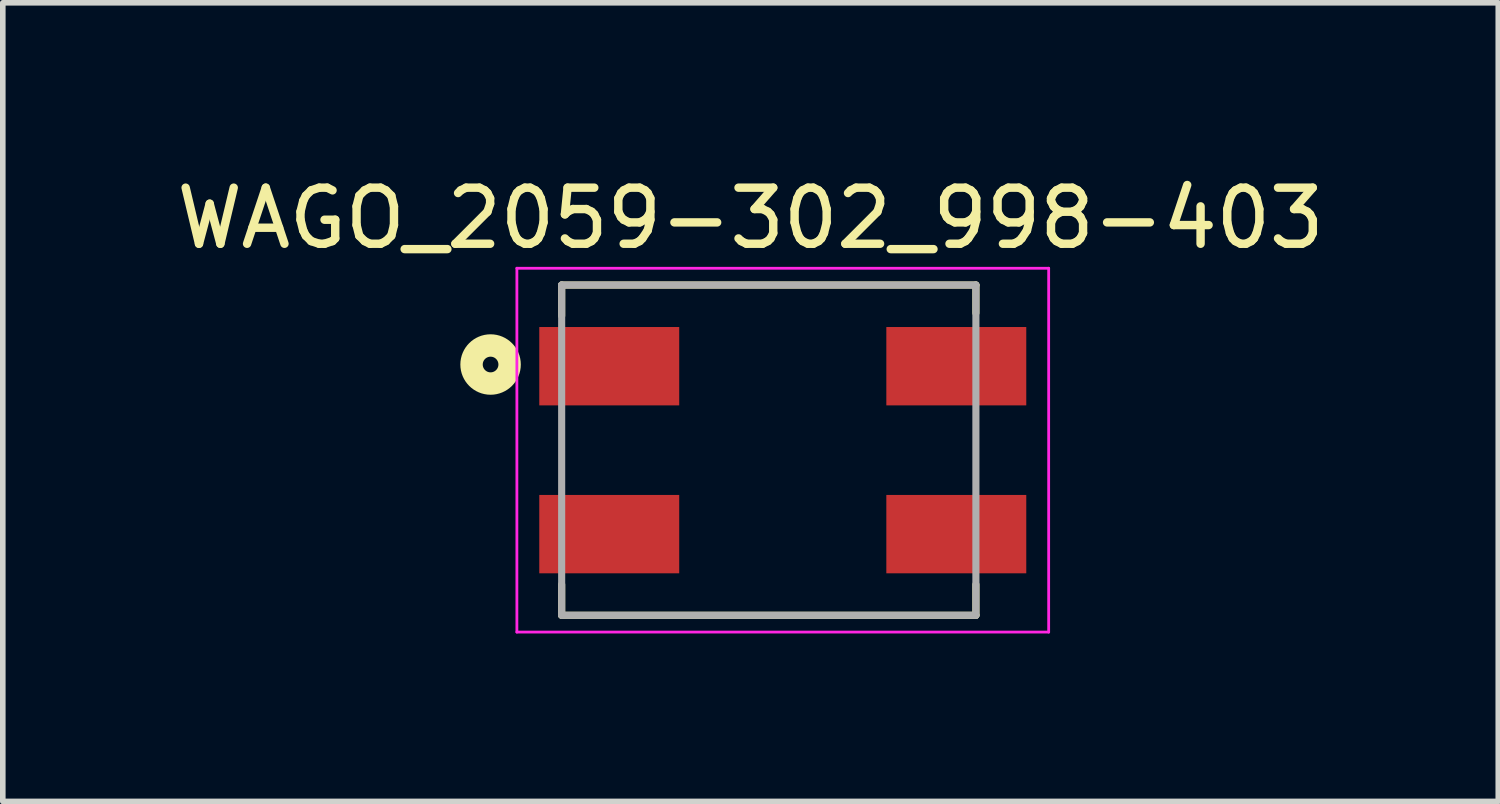
<source format=kicad_pcb>
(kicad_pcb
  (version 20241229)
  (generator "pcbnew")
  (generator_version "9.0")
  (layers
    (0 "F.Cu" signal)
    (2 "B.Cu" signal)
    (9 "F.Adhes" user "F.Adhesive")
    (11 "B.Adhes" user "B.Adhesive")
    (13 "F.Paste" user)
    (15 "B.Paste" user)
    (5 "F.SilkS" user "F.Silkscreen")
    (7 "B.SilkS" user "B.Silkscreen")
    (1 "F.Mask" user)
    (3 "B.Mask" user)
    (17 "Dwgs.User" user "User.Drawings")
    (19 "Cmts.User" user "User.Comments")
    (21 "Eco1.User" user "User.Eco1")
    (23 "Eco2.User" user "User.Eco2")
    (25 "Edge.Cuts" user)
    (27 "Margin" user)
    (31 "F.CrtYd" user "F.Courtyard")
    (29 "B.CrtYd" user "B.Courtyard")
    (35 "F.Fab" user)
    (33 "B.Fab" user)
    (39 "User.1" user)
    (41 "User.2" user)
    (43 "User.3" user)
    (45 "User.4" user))
  (footprint "WAGO_2059-302_998-403"
    (layer "F.Cu")
    (at 10.934 4.992)
    (property "Reference" "WAGO_2059-302_998-403" (at -0.576 -4.143 0) (layer "F.SilkS") (effects (font (size 1.002 1.002) (thickness 0.15))))
    (attr through_hole)
    (fp_line (start -3.95 -2.95) (end 3.45 -2.95) (stroke (width 0.127) (type solid)) (layer "F.SilkS"))
    (fp_line (start -3.95 -2.4) (end -3.95 -2.95) (stroke (width 0.127) (type solid)) (layer "F.SilkS"))
    (fp_line (start -3.95 2.4) (end -3.95 2.95) (stroke (width 0.127) (type solid)) (layer "F.SilkS"))
    (fp_line (start -3.95 2.95) (end 3.45 2.95) (stroke (width 0.127) (type solid)) (layer "F.SilkS"))
    (fp_line (start 3.45 -2.95) (end 3.45 -2.45) (stroke (width 0.127) (type solid)) (layer "F.SilkS"))
    (fp_line (start 3.45 2.95) (end 3.45 2.4) (stroke (width 0.127) (type solid)) (layer "F.SilkS"))
    (fp_circle (center -5.22 -1.53) (end -5.08 -1.53) (stroke (width 0.4) (type solid)) (fill no) (layer "F.SilkS"))
    (fp_line (start -4.75 -3.25) (end 4.75 -3.25) (stroke (width 0.05) (type solid)) (layer "F.CrtYd"))
    (fp_line (start -4.75 3.25) (end -4.75 -3.25) (stroke (width 0.05) (type solid)) (layer "F.CrtYd"))
    (fp_line (start 4.75 -3.25) (end 4.75 3.25) (stroke (width 0.05) (type solid)) (layer "F.CrtYd"))
    (fp_line (start 4.75 3.25) (end -4.75 3.25) (stroke (width 0.05) (type solid)) (layer "F.CrtYd"))
    (fp_line (start -3.95 -2.95) (end 3.45 -2.95) (stroke (width 0.127) (type solid)) (layer "F.Fab"))
    (fp_line (start -3.95 2.95) (end -3.95 -2.95) (stroke (width 0.127) (type solid)) (layer "F.Fab"))
    (fp_line (start 3.45 -2.95) (end 3.45 2.95) (stroke (width 0.127) (type solid)) (layer "F.Fab"))
    (fp_line (start 3.45 2.95) (end -3.95 2.95) (stroke (width 0.127) (type solid)) (layer "F.Fab"))
    (pad "1" smd rect (at -3.1 -1.5) (size 2.5 1.4) (layers "F.Cu" "F.Mask" "F.Paste"))
    (pad "1" smd rect (at 3.1 -1.5) (size 2.5 1.4) (layers "F.Cu" "F.Mask" "F.Paste"))
    (pad "2" smd rect (at -3.1 1.5) (size 2.5 1.4) (layers "F.Cu" "F.Mask" "F.Paste"))
    (pad "2" smd rect (at 3.1 1.5) (size 2.5 1.4) (layers "F.Cu" "F.Mask" "F.Paste")))
  (gr_rect
    (start -3 -3)
    (end 23.716 11.267)
    (stroke (width 0.1) (type default))
    (fill no)
    (layer "Edge.Cuts")))
</source>
